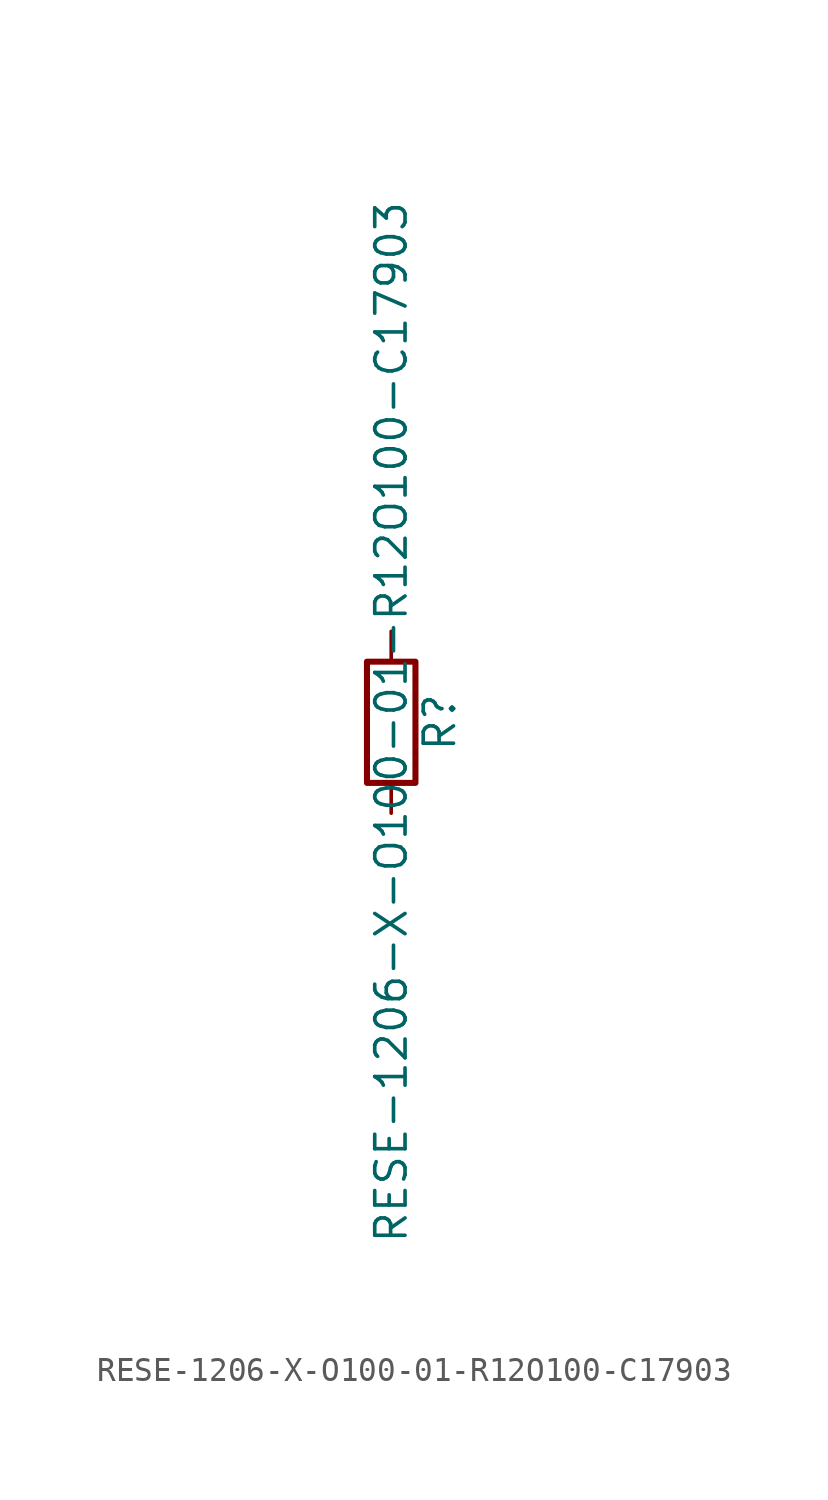
<source format=kicad_sym>
(kicad_symbol_lib
  (version 20211014)
  (generator kicad_symbol_editor)
  (symbol "RESE-1206-X-O100-01-R12O100-C17903"
    (pin_numbers hide)
    (pin_names
      (offset 0))
    (property "Reference" "R"
      (at 2.032 0 90)
      (effects (font (size 1.27 1.27))))
    (property "Value" "RESE-1206-X-O100-01-R12O100-C17903"
      (at 0 0 90)
      (effects (font (size 1.27 1.27))))
    (symbol "RESE-1206-X-O100-01-R12O100-C17903_0_1"
      (rectangle (start -1.016 -2.54) (end 1.016 2.54) (stroke (width 0.254) (type default) (color 0 0 0 0)) (fill (type none))))
    (symbol "RESE-1206-X-O100-01-R12O100-C17903_1_1"
      (pin passive line (at 0 3.81 270) (length 1.27) (name "~" (effects (font (size 1.27 1.27)))) (number "1" (effects (font (size 1.27 1.27)))))
      (pin passive line (at 0 -3.81 90) (length 1.27) (name "~" (effects (font (size 1.27 1.27)))) (number "2" (effects (font (size 1.27 1.27))))))))
</source>
